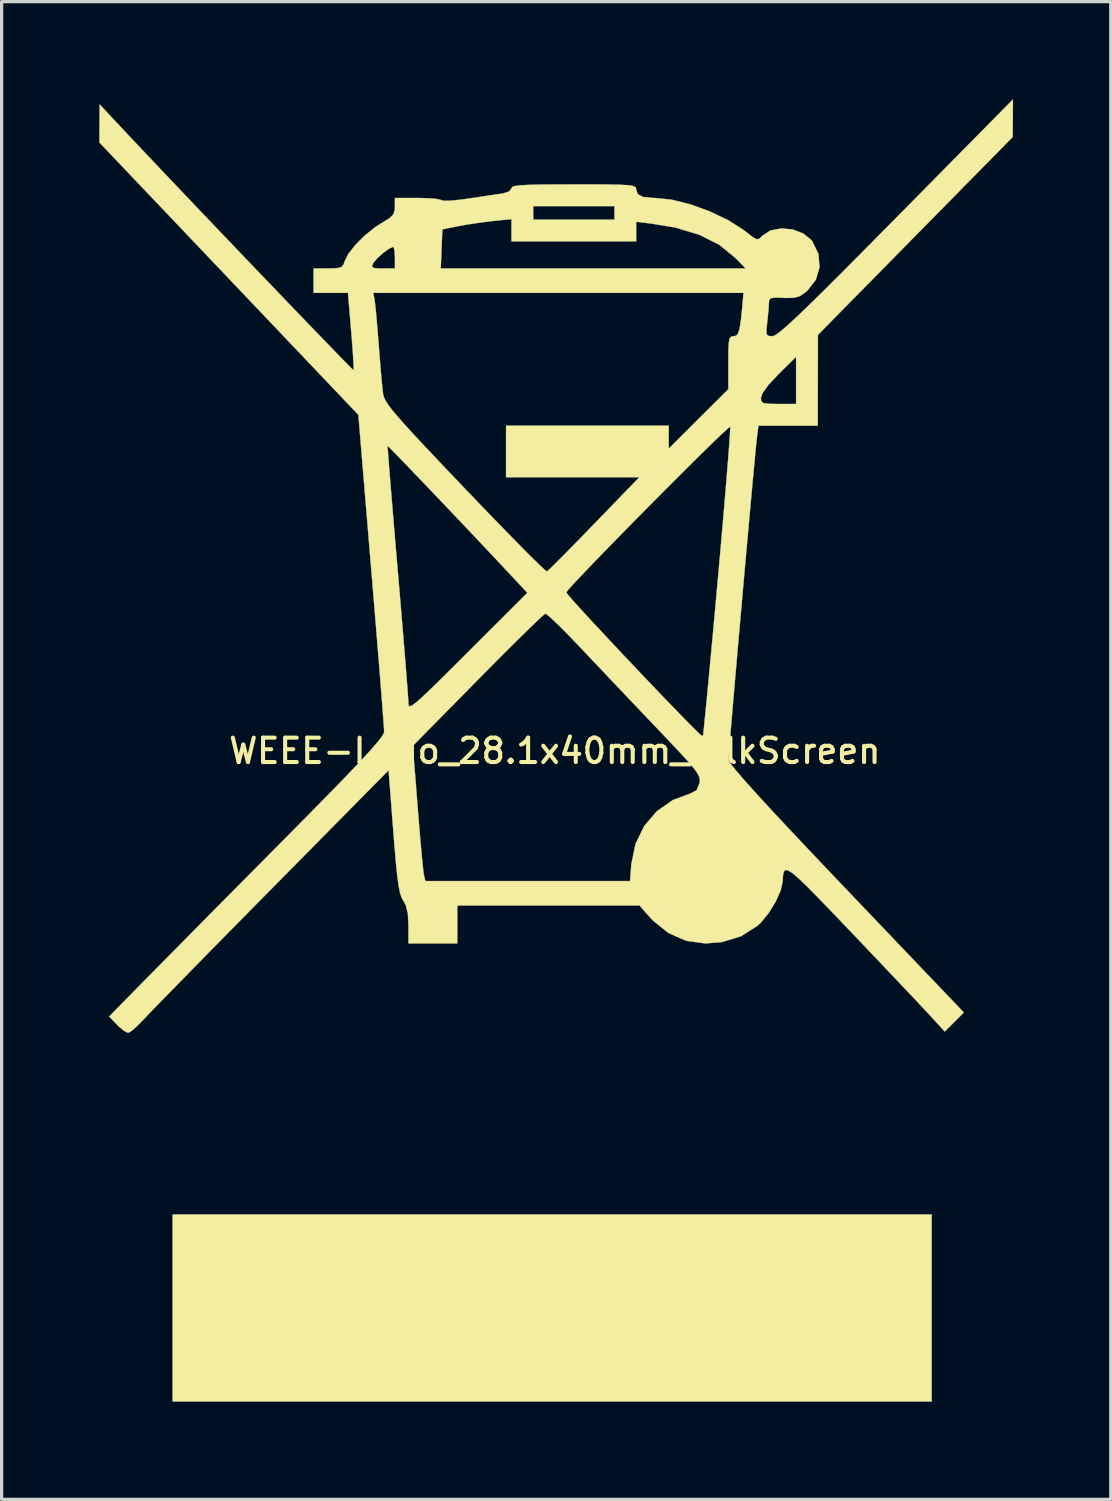
<source format=kicad_pcb>
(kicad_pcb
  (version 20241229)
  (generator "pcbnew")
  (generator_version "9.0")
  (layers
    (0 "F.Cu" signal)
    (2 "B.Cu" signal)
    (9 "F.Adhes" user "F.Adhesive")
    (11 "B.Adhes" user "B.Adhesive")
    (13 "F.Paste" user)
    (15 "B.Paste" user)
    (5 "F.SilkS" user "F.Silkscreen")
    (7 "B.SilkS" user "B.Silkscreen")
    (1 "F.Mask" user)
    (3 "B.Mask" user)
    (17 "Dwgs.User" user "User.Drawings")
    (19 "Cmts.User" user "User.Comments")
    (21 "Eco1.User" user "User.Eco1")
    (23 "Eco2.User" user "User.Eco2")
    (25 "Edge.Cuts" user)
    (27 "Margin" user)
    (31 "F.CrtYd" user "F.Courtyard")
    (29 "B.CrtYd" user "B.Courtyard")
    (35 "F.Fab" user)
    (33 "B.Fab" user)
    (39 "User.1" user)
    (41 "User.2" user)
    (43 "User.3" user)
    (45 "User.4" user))
  (footprint "WEEE-Logo_28.1x40mm_SilkScreen"
    (layer "F.Cu")
    (at 13.996 20.021)
    (property "Reference" "WEEE-Logo_28.1x40mm_SilkScreen" (at 0 0 0) (layer "F.SilkS") (effects (font (size 0.75 0.75) (thickness 0.125))))
    (attr exclude_from_pos_files exclude_from_bom allow_missing_courtyard)
    (fp_poly (pts (xy 11.576 19.987) (xy -11.742 19.987) (xy -11.742 14.241) (xy 11.576 14.241) (xy 11.576 19.987)) (stroke (width 0.01) (type solid)) (fill yes) (layer "F.SilkS"))
    (fp_poly (pts (xy 14.07 -19.439) (xy 14.066 -18.863) (xy 11.074 -15.823) (xy 8.082 -12.783) (xy 8.078 -9.993) (xy 6.256 -9.993) (xy 6.209 -9.64) (xy 6.191 -9.478) (xy 6.161 -9.174) (xy 6.121 -8.746) (xy 6.071 -8.212) (xy 6.014 -7.589) (xy 5.952 -6.897) (xy 5.885 -6.153) (xy 5.815 -5.374) (xy 5.745 -4.581) (xy 5.675 -3.79) (xy 5.608 -3.019) (xy 5.544 -2.287) (xy 5.486 -1.612) (xy 5.435 -1.012) (xy 5.392 -0.505) (xy 5.36 -0.11) (xy 5.339 0.156) (xy 5.332 0.275) (xy 5.332 0.276) (xy 5.383 0.371) (xy 5.537 0.568) (xy 5.794 0.868) (xy 6.159 1.275) (xy 6.631 1.79) (xy 7.215 2.416) (xy 7.911 3.154) (xy 8.722 4.008) (xy 8.95 4.247) (xy 12.565 8.036) (xy 12.272 8.328) (xy 11.98 8.619) (xy 11.507 8.105) (xy 11.334 7.919) (xy 11.064 7.631) (xy 10.714 7.261) (xy 10.303 6.827) (xy 9.848 6.348) (xy 9.367 5.842) (xy 9.08 5.54) (xy 8.54 4.975) (xy 8.103 4.522) (xy 7.759 4.173) (xy 7.496 3.92) (xy 7.304 3.755) (xy 7.17 3.67) (xy 7.084 3.656) (xy 7.035 3.706) (xy 7.011 3.81) (xy 7.002 3.961) (xy 7.001 4.002) (xy 6.939 4.285) (xy 6.785 4.628) (xy 6.571 4.976) (xy 6.327 5.275) (xy 6.229 5.367) (xy 5.727 5.689) (xy 5.141 5.87) (xy 4.623 5.913) (xy 4.036 5.832) (xy 3.494 5.595) (xy 3.015 5.21) (xy 2.926 5.115) (xy 2.602 4.747) (xy -2.998 4.747) (xy -2.998 5.913) (xy -4.497 5.913) (xy -4.497 5.368) (xy -4.516 4.996) (xy -4.579 4.738) (xy -4.656 4.598) (xy -4.711 4.497) (xy -4.758 4.352) (xy -4.8 4.139) (xy -4.841 3.838) (xy -4.883 3.428) (xy -4.929 2.885) (xy -4.961 2.482) (xy -5.107 0.592) (xy -8.7 4.231) (xy -9.349 4.889) (xy -9.973 5.522) (xy -10.559 6.118) (xy -11.096 6.666) (xy -11.573 7.153) (xy -11.979 7.568) (xy -12.302 7.9) (xy -12.53 8.136) (xy -12.652 8.265) (xy -12.853 8.47) (xy -13.021 8.613) (xy -13.111 8.661) (xy -13.227 8.605) (xy -13.395 8.466) (xy -13.452 8.409) (xy -13.693 8.157) (xy -12.364 6.806) (xy -12.025 6.462) (xy -11.587 6.019) (xy -11.071 5.497) (xy -10.495 4.914) (xy -9.878 4.291) (xy -9.24 3.647) (xy -8.6 3.001) (xy -8.14 2.538) (xy -7.442 1.832) (xy -6.856 1.234) (xy -6.373 0.736) (xy -5.987 0.331) (xy -5.691 0.01) (xy -5.544 -0.158) (xy -4.363 -0.158) (xy -4.215 1.732) (xy -4.17 2.286) (xy -4.127 2.793) (xy -4.088 3.226) (xy -4.055 3.558) (xy -4.031 3.764) (xy -4.023 3.81) (xy -3.979 3.997) (xy 2.309 3.997) (xy 2.351 3.474) (xy 2.478 2.857) (xy 2.743 2.31) (xy 3.13 1.855) (xy 3.622 1.51) (xy 4.174 1.304) (xy 4.353 1.207) (xy 4.443 0.999) (xy 4.445 0.99) (xy 4.456 0.902) (xy 4.442 0.812) (xy 4.392 0.703) (xy 4.292 0.559) (xy 4.128 0.363) (xy 3.889 0.098) (xy 3.56 -0.253) (xy 3.13 -0.706) (xy 3.102 -0.735) (xy 2.639 -1.221) (xy 2.147 -1.739) (xy 1.66 -2.253) (xy 1.21 -2.727) (xy 0.834 -3.126) (xy 0.75 -3.215) (xy 0.427 -3.551) (xy 0.141 -3.839) (xy -0.089 -4.058) (xy -0.241 -4.19) (xy -0.293 -4.219) (xy -0.369 -4.158) (xy -0.548 -3.992) (xy -0.815 -3.735) (xy -1.156 -3.4) (xy -1.557 -3.001) (xy -2.004 -2.552) (xy -2.37 -2.182) (xy -4.363 -0.158) (xy -5.544 -0.158) (xy -5.476 -0.236) (xy -5.335 -0.413) (xy -5.26 -0.531) (xy -5.244 -0.586) (xy -5.25 -0.705) (xy -5.269 -0.974) (xy -5.3 -1.379) (xy -5.34 -1.903) (xy -5.39 -2.531) (xy -5.448 -3.247) (xy -5.513 -4.036) (xy -5.582 -4.883) (xy -5.639 -5.559) (xy -5.957 -9.374) (xy -5.138 -9.374) (xy -5.135 -9.291) (xy -5.118 -9.059) (xy -5.09 -8.695) (xy -5.051 -8.213) (xy -5.003 -7.631) (xy -4.948 -6.965) (xy -4.886 -6.232) (xy -4.827 -5.535) (xy -4.759 -4.745) (xy -4.697 -4) (xy -4.64 -3.316) (xy -4.591 -2.712) (xy -4.551 -2.206) (xy -4.521 -1.815) (xy -4.503 -1.558) (xy -4.498 -1.458) (xy -4.49 -1.396) (xy -4.459 -1.371) (xy -4.393 -1.394) (xy -4.28 -1.476) (xy -4.108 -1.625) (xy -3.864 -1.854) (xy -3.538 -2.171) (xy -3.118 -2.588) (xy -2.671 -3.034) (xy -0.845 -4.858) (xy -0.858 -4.872) (xy 0.349 -4.872) (xy 0.404 -4.796) (xy 0.558 -4.619) (xy 0.796 -4.356) (xy 1.101 -4.023) (xy 1.46 -3.638) (xy 1.855 -3.215) (xy 2.273 -2.772) (xy 2.696 -2.325) (xy 3.111 -1.889) (xy 3.501 -1.483) (xy 3.852 -1.12) (xy 4.147 -0.819) (xy 4.371 -0.595) (xy 4.509 -0.465) (xy 4.547 -0.438) (xy 4.559 -0.524) (xy 4.585 -0.761) (xy 4.622 -1.134) (xy 4.671 -1.628) (xy 4.728 -2.229) (xy 4.793 -2.922) (xy 4.864 -3.692) (xy 4.94 -4.524) (xy 5.001 -5.195) (xy 5.079 -6.065) (xy 5.15 -6.884) (xy 5.215 -7.638) (xy 5.271 -8.312) (xy 5.318 -8.891) (xy 5.354 -9.361) (xy 5.378 -9.705) (xy 5.389 -9.91) (xy 5.388 -9.963) (xy 5.323 -9.916) (xy 5.156 -9.763) (xy 4.902 -9.521) (xy 4.577 -9.203) (xy 4.193 -8.825) (xy 3.767 -8.4) (xy 3.312 -7.945) (xy 2.844 -7.473) (xy 2.376 -6.999) (xy 1.924 -6.538) (xy 1.501 -6.105) (xy 1.124 -5.714) (xy 0.805 -5.381) (xy 0.56 -5.12) (xy 0.403 -4.945) (xy 0.349 -4.872) (xy -0.858 -4.872) (xy -1.526 -5.588) (xy -1.873 -5.958) (xy -2.262 -6.372) (xy -2.678 -6.812) (xy -3.106 -7.263) (xy -3.53 -7.709) (xy -3.935 -8.134) (xy -4.306 -8.521) (xy -4.627 -8.855) (xy -4.882 -9.118) (xy -5.057 -9.296) (xy -5.135 -9.372) (xy -5.138 -9.374) (xy -5.957 -9.374) (xy -6.036 -10.327) (xy -10.013 -14.51) (xy -13.991 -18.693) (xy -13.985 -19.862) (xy -13.342 -19.176) (xy -12.983 -18.793) (xy -12.558 -18.343) (xy -12.08 -17.838) (xy -11.56 -17.291) (xy -11.01 -16.712) (xy -10.44 -16.114) (xy -9.862 -15.509) (xy -9.289 -14.909) (xy -8.73 -14.326) (xy -8.199 -13.772) (xy -7.705 -13.258) (xy -7.261 -12.797) (xy -6.878 -12.401) (xy -6.568 -12.081) (xy -6.341 -11.851) (xy -6.21 -11.72) (xy -6.182 -11.695) (xy -6.18 -11.782) (xy -6.191 -12.005) (xy -6.212 -12.333) (xy -6.243 -12.736) (xy -6.257 -12.897) (xy -6.355 -14.074) (xy -5.583 -14.074) (xy -5.543 -13.887) (xy -5.523 -13.739) (xy -5.494 -13.46) (xy -5.461 -13.086) (xy -5.425 -12.652) (xy -5.413 -12.492) (xy -5.377 -12.031) (xy -5.341 -11.603) (xy -5.308 -11.249) (xy -5.282 -11.008) (xy -5.276 -10.964) (xy -5.254 -10.875) (xy -5.206 -10.769) (xy -5.122 -10.637) (xy -4.992 -10.466) (xy -4.806 -10.245) (xy -4.553 -9.961) (xy -4.224 -9.603) (xy -3.807 -9.159) (xy -3.294 -8.617) (xy -2.77 -8.067) (xy -2.249 -7.523) (xy -1.762 -7.019) (xy -1.323 -6.568) (xy -0.942 -6.181) (xy -0.632 -5.871) (xy -0.405 -5.651) (xy -0.274 -5.532) (xy -0.246 -5.514) (xy -0.172 -5.578) (xy 0.000194 -5.746) (xy 0.255 -6) (xy 0.574 -6.324) (xy 0.942 -6.7) (xy 1.208 -6.975) (xy 2.597 -8.411) (xy -1.499 -8.411) (xy -1.499 -9.993) (xy 3.498 -9.993) (xy 3.498 -9.288) (xy 4.414 -10.202) (xy 5.064 -10.849) (xy 6.329 -10.849) (xy 6.341 -10.747) (xy 6.403 -10.69) (xy 6.55 -10.666) (xy 6.822 -10.66) (xy 6.87 -10.66) (xy 7.412 -10.66) (xy 7.412 -12.112) (xy 6.87 -11.576) (xy 6.565 -11.25) (xy 6.383 -11) (xy 6.329 -10.849) (xy 5.064 -10.849) (xy 5.33 -11.115) (xy 5.33 -11.928) (xy 5.332 -12.302) (xy 5.344 -12.541) (xy 5.371 -12.673) (xy 5.419 -12.73) (xy 5.491 -12.742) (xy 5.572 -12.759) (xy 5.631 -12.829) (xy 5.677 -12.978) (xy 5.716 -13.233) (xy 5.756 -13.62) (xy 5.769 -13.762) (xy 5.796 -14.074) (xy -5.583 -14.074) (xy -6.355 -14.074) (xy -7.412 -14.074) (xy -7.412 -14.824) (xy -6.963 -14.824) (xy -6.7 -14.831) (xy -6.557 -14.866) (xy -6.54 -14.886) (xy -5.62 -14.886) (xy -5.572 -14.839) (xy -5.404 -14.824) (xy -5.291 -14.824) (xy -4.913 -14.824) (xy -3.505 -14.824) (xy 5.863 -14.824) (xy 5.546 -15.148) (xy 5.054 -15.549) (xy 4.445 -15.857) (xy 3.709 -16.079) (xy 2.977 -16.201) (xy 2.498 -16.259) (xy 2.498 -15.656) (xy -1.332 -15.656) (xy -1.332 -16.34) (xy -1.895 -16.283) (xy -2.287 -16.234) (xy -2.706 -16.171) (xy -2.956 -16.125) (xy -3.456 -16.025) (xy -3.481 -15.424) (xy -3.505 -14.824) (xy -4.913 -14.824) (xy -4.913 -15.157) (xy -4.924 -15.365) (xy -4.952 -15.481) (xy -4.963 -15.49) (xy -5.086 -15.436) (xy -5.266 -15.307) (xy -5.447 -15.147) (xy -5.572 -15.003) (xy -5.583 -14.984) (xy -5.62 -14.886) (xy -6.54 -14.886) (xy -6.488 -14.947) (xy -6.46 -15.037) (xy -6.346 -15.268) (xy -6.127 -15.547) (xy -5.841 -15.833) (xy -5.525 -16.088) (xy -5.317 -16.221) (xy -5.081 -16.366) (xy -4.959 -16.488) (xy -4.917 -16.632) (xy -4.914 -16.718) (xy -4.914 -16.739) (xy -0.666 -16.739) (xy -0.666 -16.323) (xy 1.832 -16.323) (xy 1.832 -16.739) (xy -0.666 -16.739) (xy -4.914 -16.739) (xy -4.913 -16.989) (xy -4.213 -16.989) (xy -3.89 -16.981) (xy -3.639 -16.96) (xy -3.499 -16.93) (xy -3.484 -16.918) (xy -3.395 -16.9) (xy -3.18 -16.907) (xy -2.874 -16.939) (xy -2.665 -16.968) (xy -2.286 -17.025) (xy -1.94 -17.077) (xy -1.679 -17.115) (xy -1.603 -17.126) (xy -1.404 -17.187) (xy -1.332 -17.284) (xy -1.311 -17.324) (xy -1.233 -17.354) (xy -1.081 -17.376) (xy -0.836 -17.39) (xy -0.479 -17.4) (xy 0.009 -17.404) (xy 0.583 -17.405) (xy 1.196 -17.405) (xy 1.662 -17.402) (xy 2.001 -17.395) (xy 2.234 -17.382) (xy 2.38 -17.362) (xy 2.46 -17.333) (xy 2.492 -17.294) (xy 2.498 -17.248) (xy 2.549 -17.102) (xy 2.716 -17.019) (xy 3.02 -16.989) (xy 3.075 -16.989) (xy 3.589 -16.936) (xy 4.174 -16.79) (xy 4.776 -16.57) (xy 5.342 -16.297) (xy 5.82 -15.99) (xy 5.882 -15.941) (xy 6.083 -15.783) (xy 6.203 -15.719) (xy 6.286 -15.74) (xy 6.372 -15.824) (xy 6.625 -15.99) (xy 6.954 -16.054) (xy 7.309 -16.02) (xy 7.637 -15.896) (xy 7.89 -15.686) (xy 7.908 -15.661) (xy 8.097 -15.269) (xy 8.132 -14.862) (xy 8.017 -14.475) (xy 7.757 -14.139) (xy 7.725 -14.112) (xy 7.54 -13.98) (xy 7.352 -13.922) (xy 7.088 -13.918) (xy 7.022 -13.921) (xy 6.764 -13.931) (xy 6.631 -13.909) (xy 6.583 -13.844) (xy 6.578 -13.783) (xy 6.568 -13.605) (xy 6.543 -13.338) (xy 6.525 -13.179) (xy 6.499 -12.925) (xy 6.51 -12.796) (xy 6.573 -12.748) (xy 6.685 -12.742) (xy 6.751 -12.763) (xy 6.859 -12.833) (xy 7.015 -12.957) (xy 7.227 -13.146) (xy 7.505 -13.405) (xy 7.855 -13.742) (xy 8.285 -14.165) (xy 8.804 -14.682) (xy 9.419 -15.301) (xy 10.139 -16.028) (xy 10.486 -16.379) (xy 14.074 -20.016) (xy 14.07 -19.439)) (stroke (width 0.01) (type solid)) (fill yes) (layer "F.SilkS")))
  (gr_rect
    (start -3 -3)
    (end 31.075 43.013)
    (stroke (width 0.1) (type default))
    (fill no)
    (layer "Edge.Cuts")))
</source>
